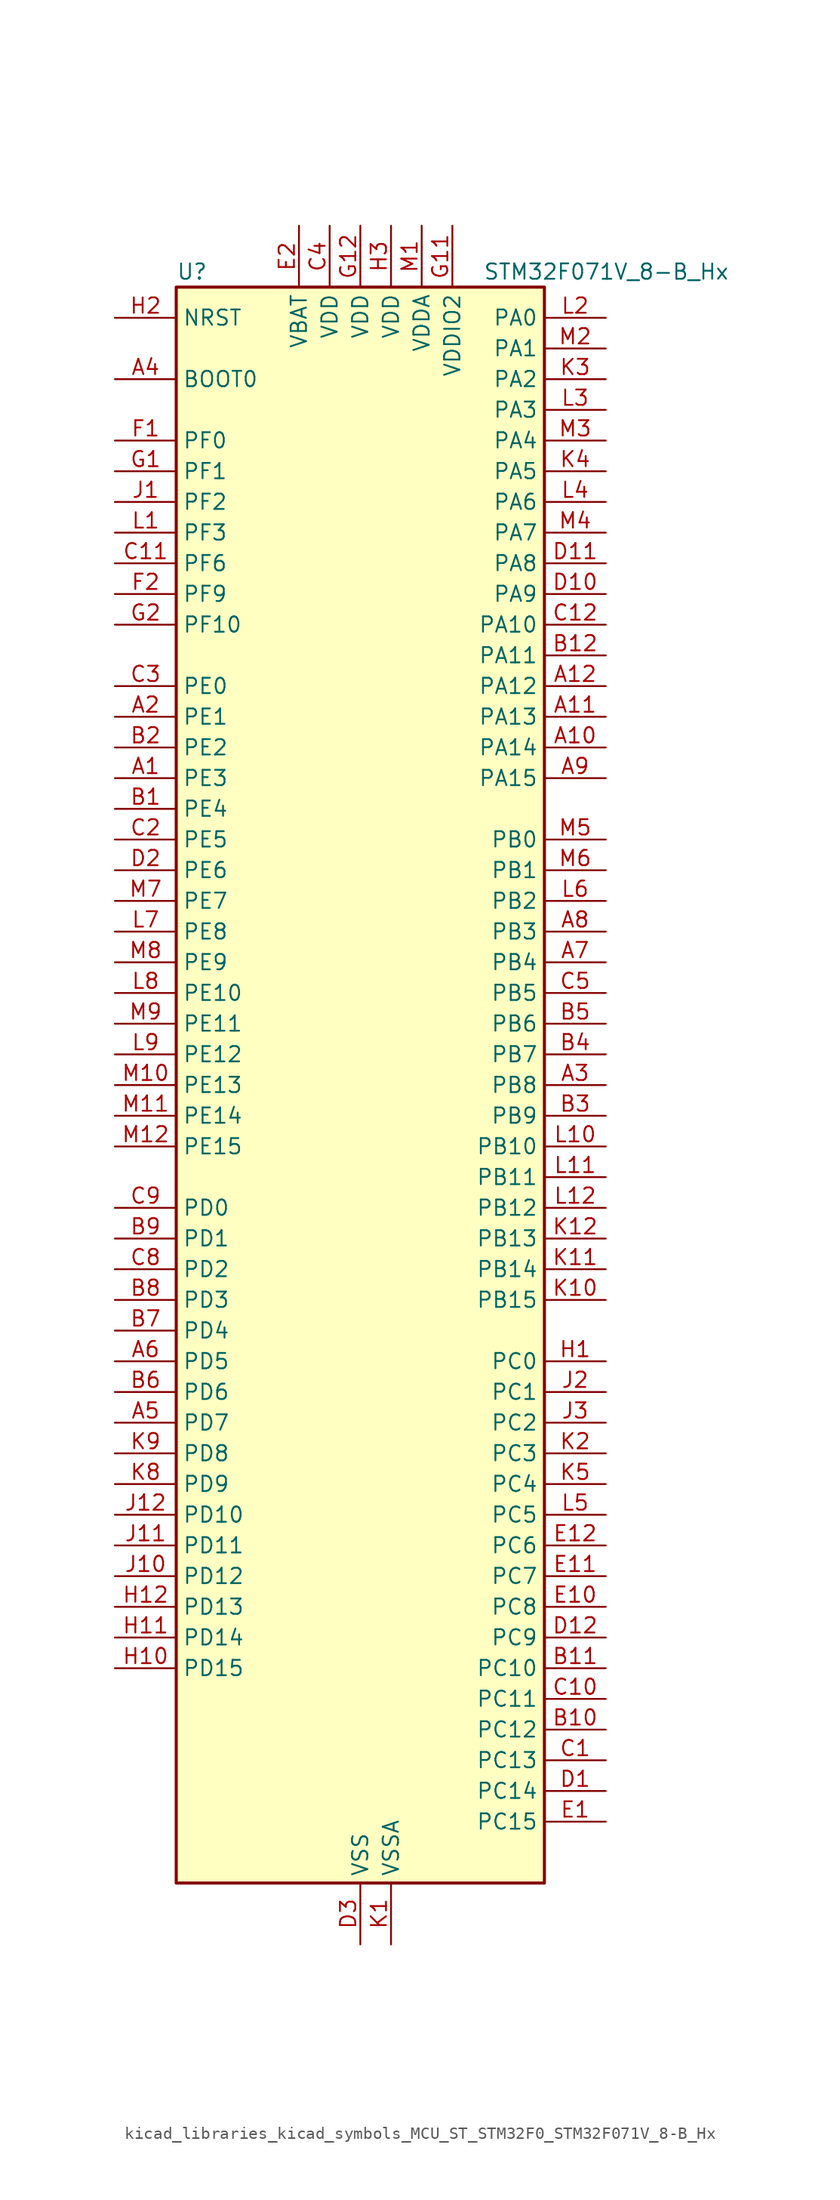
<source format=kicad_sym>
(kicad_symbol_lib
  (version 20220914)
  (generator kicad_symbol_editor)
  (symbol "kicad_libraries_kicad_symbols_MCU_ST_STM32F0_STM32F071V_8-B_Hx"
    (property "Reference" "U"
      (at -15.24 67.31 0)
      (effects (font (size 1.27 1.27)) (justify left)))
    (property "Value" "STM32F071V_8-B_Hx"
      (at 10.16 67.31 0)
      (effects (font (size 1.27 1.27)) (justify left)))
    (property "ki_locked" ""
      (at 0 0 0)
      (effects (font (size 1.27 1.27))))
    (symbol "kicad_libraries_kicad_symbols_MCU_ST_STM32F0_STM32F071V_8-B_Hx_0_1"
      (rectangle (start -15.24 -66.04) (end 15.24 66.04) (stroke (width 0.254) (type default)) (fill (type background))))
    (symbol "kicad_libraries_kicad_symbols_MCU_ST_STM32F0_STM32F071V_8-B_Hx_1_1"
      (pin bidirectional line (at -20.32 25.4 0) (length 5.08) (name "PE3" (effects (font (size 1.27 1.27)))) (number "A1" (effects (font (size 1.27 1.27)))) (alternate "TIM3_CH1" bidirectional line) (alternate "TSC_G7_IO2" bidirectional line))
      (pin bidirectional line (at 20.32 27.94 180) (length 5.08) (name "PA14" (effects (font (size 1.27 1.27)))) (number "A10" (effects (font (size 1.27 1.27)))) (alternate "SYS_SWCLK" bidirectional line) (alternate "USART2_TX" bidirectional line))
      (pin bidirectional line (at 20.32 30.48 180) (length 5.08) (name "PA13" (effects (font (size 1.27 1.27)))) (number "A11" (effects (font (size 1.27 1.27)))) (alternate "IR_OUT" bidirectional line) (alternate "SYS_SWDIO" bidirectional line))
      (pin bidirectional line (at 20.32 33.02 180) (length 5.08) (name "PA12" (effects (font (size 1.27 1.27)))) (number "A12" (effects (font (size 1.27 1.27)))) (alternate "COMP2_OUT" bidirectional line) (alternate "TIM1_ETR" bidirectional line) (alternate "TSC_G4_IO4" bidirectional line) (alternate "USART1_DE" bidirectional line) (alternate "USART1_RTS" bidirectional line))
      (pin bidirectional line (at -20.32 30.48 0) (length 5.08) (name "PE1" (effects (font (size 1.27 1.27)))) (number "A2" (effects (font (size 1.27 1.27)))) (alternate "TIM17_CH1" bidirectional line))
      (pin bidirectional line (at 20.32 0 180) (length 5.08) (name "PB8" (effects (font (size 1.27 1.27)))) (number "A3" (effects (font (size 1.27 1.27)))) (alternate "CEC" bidirectional line) (alternate "I2C1_SCL" bidirectional line) (alternate "TIM16_CH1" bidirectional line) (alternate "TSC_SYNC" bidirectional line))
      (pin input line (at -20.32 58.42 0) (length 5.08) (name "BOOT0" (effects (font (size 1.27 1.27)))) (number "A4" (effects (font (size 1.27 1.27)))))
      (pin bidirectional line (at -20.32 -27.94 0) (length 5.08) (name "PD7" (effects (font (size 1.27 1.27)))) (number "A5" (effects (font (size 1.27 1.27)))) (alternate "USART2_CK" bidirectional line))
      (pin bidirectional line (at -20.32 -22.86 0) (length 5.08) (name "PD5" (effects (font (size 1.27 1.27)))) (number "A6" (effects (font (size 1.27 1.27)))) (alternate "USART2_TX" bidirectional line))
      (pin bidirectional line (at 20.32 10.16 180) (length 5.08) (name "PB4" (effects (font (size 1.27 1.27)))) (number "A7" (effects (font (size 1.27 1.27)))) (alternate "I2S1_MCK" bidirectional line) (alternate "SPI1_MISO" bidirectional line) (alternate "TIM17_BKIN" bidirectional line) (alternate "TIM3_CH1" bidirectional line) (alternate "TSC_G5_IO2" bidirectional line))
      (pin bidirectional line (at 20.32 12.7 180) (length 5.08) (name "PB3" (effects (font (size 1.27 1.27)))) (number "A8" (effects (font (size 1.27 1.27)))) (alternate "I2S1_CK" bidirectional line) (alternate "SPI1_SCK" bidirectional line) (alternate "TIM2_CH2" bidirectional line) (alternate "TSC_G5_IO1" bidirectional line))
      (pin bidirectional line (at 20.32 25.4 180) (length 5.08) (name "PA15" (effects (font (size 1.27 1.27)))) (number "A9" (effects (font (size 1.27 1.27)))) (alternate "I2S1_WS" bidirectional line) (alternate "SPI1_NSS" bidirectional line) (alternate "TIM2_CH1" bidirectional line) (alternate "TIM2_ETR" bidirectional line) (alternate "USART2_RX" bidirectional line) (alternate "USART4_DE" bidirectional line) (alternate "USART4_RTS" bidirectional line))
      (pin bidirectional line (at -20.32 22.86 0) (length 5.08) (name "PE4" (effects (font (size 1.27 1.27)))) (number "B1" (effects (font (size 1.27 1.27)))) (alternate "TIM3_CH2" bidirectional line) (alternate "TSC_G7_IO3" bidirectional line))
      (pin bidirectional line (at 20.32 -53.34 180) (length 5.08) (name "PC12" (effects (font (size 1.27 1.27)))) (number "B10" (effects (font (size 1.27 1.27)))) (alternate "USART3_CK" bidirectional line) (alternate "USART4_CK" bidirectional line))
      (pin bidirectional line (at 20.32 -48.26 180) (length 5.08) (name "PC10" (effects (font (size 1.27 1.27)))) (number "B11" (effects (font (size 1.27 1.27)))) (alternate "USART3_TX" bidirectional line) (alternate "USART4_TX" bidirectional line))
      (pin bidirectional line (at 20.32 35.56 180) (length 5.08) (name "PA11" (effects (font (size 1.27 1.27)))) (number "B12" (effects (font (size 1.27 1.27)))) (alternate "COMP1_OUT" bidirectional line) (alternate "TIM1_CH4" bidirectional line) (alternate "TSC_G4_IO3" bidirectional line) (alternate "USART1_CTS" bidirectional line))
      (pin bidirectional line (at -20.32 27.94 0) (length 5.08) (name "PE2" (effects (font (size 1.27 1.27)))) (number "B2" (effects (font (size 1.27 1.27)))) (alternate "TIM3_ETR" bidirectional line) (alternate "TSC_G7_IO1" bidirectional line))
      (pin bidirectional line (at 20.32 -2.54 180) (length 5.08) (name "PB9" (effects (font (size 1.27 1.27)))) (number "B3" (effects (font (size 1.27 1.27)))) (alternate "DAC_EXTI9" bidirectional line) (alternate "I2C1_SDA" bidirectional line) (alternate "I2S2_WS" bidirectional line) (alternate "IR_OUT" bidirectional line) (alternate "SPI2_NSS" bidirectional line) (alternate "TIM17_CH1" bidirectional line))
      (pin bidirectional line (at 20.32 2.54 180) (length 5.08) (name "PB7" (effects (font (size 1.27 1.27)))) (number "B4" (effects (font (size 1.27 1.27)))) (alternate "I2C1_SDA" bidirectional line) (alternate "TIM17_CH1N" bidirectional line) (alternate "TSC_G5_IO4" bidirectional line) (alternate "USART1_RX" bidirectional line) (alternate "USART4_CTS" bidirectional line))
      (pin bidirectional line (at 20.32 5.08 180) (length 5.08) (name "PB6" (effects (font (size 1.27 1.27)))) (number "B5" (effects (font (size 1.27 1.27)))) (alternate "I2C1_SCL" bidirectional line) (alternate "TIM16_CH1N" bidirectional line) (alternate "TSC_G5_IO3" bidirectional line) (alternate "USART1_TX" bidirectional line))
      (pin bidirectional line (at -20.32 -25.4 0) (length 5.08) (name "PD6" (effects (font (size 1.27 1.27)))) (number "B6" (effects (font (size 1.27 1.27)))) (alternate "USART2_RX" bidirectional line))
      (pin bidirectional line (at -20.32 -20.32 0) (length 5.08) (name "PD4" (effects (font (size 1.27 1.27)))) (number "B7" (effects (font (size 1.27 1.27)))) (alternate "I2S2_SD" bidirectional line) (alternate "SPI2_MOSI" bidirectional line) (alternate "USART2_DE" bidirectional line) (alternate "USART2_RTS" bidirectional line))
      (pin bidirectional line (at -20.32 -17.78 0) (length 5.08) (name "PD3" (effects (font (size 1.27 1.27)))) (number "B8" (effects (font (size 1.27 1.27)))) (alternate "I2S2_MCK" bidirectional line) (alternate "SPI2_MISO" bidirectional line) (alternate "USART2_CTS" bidirectional line))
      (pin bidirectional line (at -20.32 -12.7 0) (length 5.08) (name "PD1" (effects (font (size 1.27 1.27)))) (number "B9" (effects (font (size 1.27 1.27)))) (alternate "I2S2_CK" bidirectional line) (alternate "SPI2_SCK" bidirectional line))
      (pin bidirectional line (at 20.32 -55.88 180) (length 5.08) (name "PC13" (effects (font (size 1.27 1.27)))) (number "C1" (effects (font (size 1.27 1.27)))) (alternate "RTC_OUT_ALARM" bidirectional line) (alternate "RTC_OUT_CALIB" bidirectional line) (alternate "RTC_TAMP1" bidirectional line) (alternate "RTC_TS" bidirectional line) (alternate "SYS_WKUP2" bidirectional line))
      (pin bidirectional line (at 20.32 -50.8 180) (length 5.08) (name "PC11" (effects (font (size 1.27 1.27)))) (number "C10" (effects (font (size 1.27 1.27)))) (alternate "USART3_RX" bidirectional line) (alternate "USART4_RX" bidirectional line))
      (pin bidirectional line (at -20.32 43.18 0) (length 5.08) (name "PF6" (effects (font (size 1.27 1.27)))) (number "C11" (effects (font (size 1.27 1.27)))))
      (pin bidirectional line (at 20.32 38.1 180) (length 5.08) (name "PA10" (effects (font (size 1.27 1.27)))) (number "C12" (effects (font (size 1.27 1.27)))) (alternate "TIM17_BKIN" bidirectional line) (alternate "TIM1_CH3" bidirectional line) (alternate "TSC_G4_IO2" bidirectional line) (alternate "USART1_RX" bidirectional line))
      (pin bidirectional line (at -20.32 20.32 0) (length 5.08) (name "PE5" (effects (font (size 1.27 1.27)))) (number "C2" (effects (font (size 1.27 1.27)))) (alternate "TIM3_CH3" bidirectional line) (alternate "TSC_G7_IO4" bidirectional line))
      (pin bidirectional line (at -20.32 33.02 0) (length 5.08) (name "PE0" (effects (font (size 1.27 1.27)))) (number "C3" (effects (font (size 1.27 1.27)))) (alternate "TIM16_CH1" bidirectional line))
      (pin power_in line (at -2.54 71.12 270) (length 5.08) (name "VDD" (effects (font (size 1.27 1.27)))) (number "C4" (effects (font (size 1.27 1.27)))))
      (pin bidirectional line (at 20.32 7.62 180) (length 5.08) (name "PB5" (effects (font (size 1.27 1.27)))) (number "C5" (effects (font (size 1.27 1.27)))) (alternate "I2C1_SMBA" bidirectional line) (alternate "I2S1_SD" bidirectional line) (alternate "SPI1_MOSI" bidirectional line) (alternate "SYS_WKUP6" bidirectional line) (alternate "TIM16_BKIN" bidirectional line) (alternate "TIM3_CH2" bidirectional line))
      (pin bidirectional line (at -20.32 -15.24 0) (length 5.08) (name "PD2" (effects (font (size 1.27 1.27)))) (number "C8" (effects (font (size 1.27 1.27)))) (alternate "TIM3_ETR" bidirectional line) (alternate "USART3_DE" bidirectional line) (alternate "USART3_RTS" bidirectional line))
      (pin bidirectional line (at -20.32 -10.16 0) (length 5.08) (name "PD0" (effects (font (size 1.27 1.27)))) (number "C9" (effects (font (size 1.27 1.27)))) (alternate "I2S2_WS" bidirectional line) (alternate "SPI2_NSS" bidirectional line))
      (pin bidirectional line (at 20.32 -58.42 180) (length 5.08) (name "PC14" (effects (font (size 1.27 1.27)))) (number "D1" (effects (font (size 1.27 1.27)))) (alternate "RCC_OSC32_IN" bidirectional line))
      (pin bidirectional line (at 20.32 40.64 180) (length 5.08) (name "PA9" (effects (font (size 1.27 1.27)))) (number "D10" (effects (font (size 1.27 1.27)))) (alternate "DAC_EXTI9" bidirectional line) (alternate "TIM15_BKIN" bidirectional line) (alternate "TIM1_CH2" bidirectional line) (alternate "TSC_G4_IO1" bidirectional line) (alternate "USART1_TX" bidirectional line))
      (pin bidirectional line (at 20.32 43.18 180) (length 5.08) (name "PA8" (effects (font (size 1.27 1.27)))) (number "D11" (effects (font (size 1.27 1.27)))) (alternate "CRS_SYNC" bidirectional line) (alternate "RCC_MCO" bidirectional line) (alternate "TIM1_CH1" bidirectional line) (alternate "USART1_CK" bidirectional line))
      (pin bidirectional line (at 20.32 -45.72 180) (length 5.08) (name "PC9" (effects (font (size 1.27 1.27)))) (number "D12" (effects (font (size 1.27 1.27)))) (alternate "DAC_EXTI9" bidirectional line) (alternate "TIM3_CH4" bidirectional line))
      (pin bidirectional line (at -20.32 17.78 0) (length 5.08) (name "PE6" (effects (font (size 1.27 1.27)))) (number "D2" (effects (font (size 1.27 1.27)))) (alternate "RTC_TAMP3" bidirectional line) (alternate "SYS_WKUP3" bidirectional line) (alternate "TIM3_CH4" bidirectional line))
      (pin power_in line (at 0 -71.12 90) (length 5.08) (name "VSS" (effects (font (size 1.27 1.27)))) (number "D3" (effects (font (size 1.27 1.27)))))
      (pin bidirectional line (at 20.32 -60.96 180) (length 5.08) (name "PC15" (effects (font (size 1.27 1.27)))) (number "E1" (effects (font (size 1.27 1.27)))) (alternate "RCC_OSC32_OUT" bidirectional line))
      (pin bidirectional line (at 20.32 -43.18 180) (length 5.08) (name "PC8" (effects (font (size 1.27 1.27)))) (number "E10" (effects (font (size 1.27 1.27)))) (alternate "TIM3_CH3" bidirectional line))
      (pin bidirectional line (at 20.32 -40.64 180) (length 5.08) (name "PC7" (effects (font (size 1.27 1.27)))) (number "E11" (effects (font (size 1.27 1.27)))) (alternate "TIM3_CH2" bidirectional line))
      (pin bidirectional line (at 20.32 -38.1 180) (length 5.08) (name "PC6" (effects (font (size 1.27 1.27)))) (number "E12" (effects (font (size 1.27 1.27)))) (alternate "TIM3_CH1" bidirectional line))
      (pin power_in line (at -5.08 71.12 270) (length 5.08) (name "VBAT" (effects (font (size 1.27 1.27)))) (number "E2" (effects (font (size 1.27 1.27)))))
      (pin no_connect line (at -15.24 -66.04 0) (length 5.08) hide (name "NC" (effects (font (size 1.27 1.27)))) (number "E3" (effects (font (size 1.27 1.27)))))
      (pin bidirectional line (at -20.32 53.34 0) (length 5.08) (name "PF0" (effects (font (size 1.27 1.27)))) (number "F1" (effects (font (size 1.27 1.27)))) (alternate "CRS_SYNC" bidirectional line) (alternate "RCC_OSC_IN" bidirectional line))
      (pin passive line (at 0 -71.12 90) (length 5.08) hide (name "VSS" (effects (font (size 1.27 1.27)))) (number "F11" (effects (font (size 1.27 1.27)))))
      (pin passive line (at 0 -71.12 90) (length 5.08) hide (name "VSS" (effects (font (size 1.27 1.27)))) (number "F12" (effects (font (size 1.27 1.27)))))
      (pin bidirectional line (at -20.32 40.64 0) (length 5.08) (name "PF9" (effects (font (size 1.27 1.27)))) (number "F2" (effects (font (size 1.27 1.27)))) (alternate "DAC_EXTI9" bidirectional line) (alternate "TIM15_CH1" bidirectional line))
      (pin bidirectional line (at -20.32 50.8 0) (length 5.08) (name "PF1" (effects (font (size 1.27 1.27)))) (number "G1" (effects (font (size 1.27 1.27)))) (alternate "RCC_OSC_OUT" bidirectional line))
      (pin power_in line (at 7.62 71.12 270) (length 5.08) (name "VDDIO2" (effects (font (size 1.27 1.27)))) (number "G11" (effects (font (size 1.27 1.27)))))
      (pin power_in line (at 0 71.12 270) (length 5.08) (name "VDD" (effects (font (size 1.27 1.27)))) (number "G12" (effects (font (size 1.27 1.27)))))
      (pin bidirectional line (at -20.32 38.1 0) (length 5.08) (name "PF10" (effects (font (size 1.27 1.27)))) (number "G2" (effects (font (size 1.27 1.27)))) (alternate "TIM15_CH2" bidirectional line))
      (pin bidirectional line (at 20.32 -22.86 180) (length 5.08) (name "PC0" (effects (font (size 1.27 1.27)))) (number "H1" (effects (font (size 1.27 1.27)))) (alternate "ADC_IN10" bidirectional line))
      (pin bidirectional line (at -20.32 -48.26 0) (length 5.08) (name "PD15" (effects (font (size 1.27 1.27)))) (number "H10" (effects (font (size 1.27 1.27)))) (alternate "CRS_SYNC" bidirectional line) (alternate "TSC_G8_IO4" bidirectional line))
      (pin bidirectional line (at -20.32 -45.72 0) (length 5.08) (name "PD14" (effects (font (size 1.27 1.27)))) (number "H11" (effects (font (size 1.27 1.27)))) (alternate "TSC_G8_IO3" bidirectional line))
      (pin bidirectional line (at -20.32 -43.18 0) (length 5.08) (name "PD13" (effects (font (size 1.27 1.27)))) (number "H12" (effects (font (size 1.27 1.27)))) (alternate "TSC_G8_IO2" bidirectional line))
      (pin input line (at -20.32 63.5 0) (length 5.08) (name "NRST" (effects (font (size 1.27 1.27)))) (number "H2" (effects (font (size 1.27 1.27)))))
      (pin power_in line (at 2.54 71.12 270) (length 5.08) (name "VDD" (effects (font (size 1.27 1.27)))) (number "H3" (effects (font (size 1.27 1.27)))))
      (pin bidirectional line (at -20.32 48.26 0) (length 5.08) (name "PF2" (effects (font (size 1.27 1.27)))) (number "J1" (effects (font (size 1.27 1.27)))) (alternate "SYS_WKUP8" bidirectional line))
      (pin bidirectional line (at -20.32 -40.64 0) (length 5.08) (name "PD12" (effects (font (size 1.27 1.27)))) (number "J10" (effects (font (size 1.27 1.27)))) (alternate "TSC_G8_IO1" bidirectional line) (alternate "USART3_DE" bidirectional line) (alternate "USART3_RTS" bidirectional line))
      (pin bidirectional line (at -20.32 -38.1 0) (length 5.08) (name "PD11" (effects (font (size 1.27 1.27)))) (number "J11" (effects (font (size 1.27 1.27)))) (alternate "USART3_CTS" bidirectional line))
      (pin bidirectional line (at -20.32 -35.56 0) (length 5.08) (name "PD10" (effects (font (size 1.27 1.27)))) (number "J12" (effects (font (size 1.27 1.27)))) (alternate "USART3_CK" bidirectional line))
      (pin bidirectional line (at 20.32 -25.4 180) (length 5.08) (name "PC1" (effects (font (size 1.27 1.27)))) (number "J2" (effects (font (size 1.27 1.27)))) (alternate "ADC_IN11" bidirectional line))
      (pin bidirectional line (at 20.32 -27.94 180) (length 5.08) (name "PC2" (effects (font (size 1.27 1.27)))) (number "J3" (effects (font (size 1.27 1.27)))) (alternate "ADC_IN12" bidirectional line) (alternate "I2S2_MCK" bidirectional line) (alternate "SPI2_MISO" bidirectional line))
      (pin power_in line (at 2.54 -71.12 90) (length 5.08) (name "VSSA" (effects (font (size 1.27 1.27)))) (number "K1" (effects (font (size 1.27 1.27)))))
      (pin bidirectional line (at 20.32 -17.78 180) (length 5.08) (name "PB15" (effects (font (size 1.27 1.27)))) (number "K10" (effects (font (size 1.27 1.27)))) (alternate "I2S2_SD" bidirectional line) (alternate "RTC_REFIN" bidirectional line) (alternate "SPI2_MOSI" bidirectional line) (alternate "SYS_WKUP7" bidirectional line) (alternate "TIM15_CH1N" bidirectional line) (alternate "TIM15_CH2" bidirectional line) (alternate "TIM1_CH3N" bidirectional line))
      (pin bidirectional line (at 20.32 -15.24 180) (length 5.08) (name "PB14" (effects (font (size 1.27 1.27)))) (number "K11" (effects (font (size 1.27 1.27)))) (alternate "I2C2_SDA" bidirectional line) (alternate "I2S2_MCK" bidirectional line) (alternate "SPI2_MISO" bidirectional line) (alternate "TIM15_CH1" bidirectional line) (alternate "TIM1_CH2N" bidirectional line) (alternate "TSC_G6_IO4" bidirectional line) (alternate "USART3_DE" bidirectional line) (alternate "USART3_RTS" bidirectional line))
      (pin bidirectional line (at 20.32 -12.7 180) (length 5.08) (name "PB13" (effects (font (size 1.27 1.27)))) (number "K12" (effects (font (size 1.27 1.27)))) (alternate "I2C2_SCL" bidirectional line) (alternate "I2S2_CK" bidirectional line) (alternate "SPI2_SCK" bidirectional line) (alternate "TIM1_CH1N" bidirectional line) (alternate "TSC_G6_IO3" bidirectional line) (alternate "USART3_CTS" bidirectional line))
      (pin bidirectional line (at 20.32 -30.48 180) (length 5.08) (name "PC3" (effects (font (size 1.27 1.27)))) (number "K2" (effects (font (size 1.27 1.27)))) (alternate "ADC_IN13" bidirectional line) (alternate "I2S2_SD" bidirectional line) (alternate "SPI2_MOSI" bidirectional line))
      (pin bidirectional line (at 20.32 58.42 180) (length 5.08) (name "PA2" (effects (font (size 1.27 1.27)))) (number "K3" (effects (font (size 1.27 1.27)))) (alternate "ADC_IN2" bidirectional line) (alternate "COMP2_INM" bidirectional line) (alternate "COMP2_OUT" bidirectional line) (alternate "SYS_WKUP4" bidirectional line) (alternate "TIM15_CH1" bidirectional line) (alternate "TIM2_CH3" bidirectional line) (alternate "TSC_G1_IO3" bidirectional line) (alternate "USART2_TX" bidirectional line))
      (pin bidirectional line (at 20.32 50.8 180) (length 5.08) (name "PA5" (effects (font (size 1.27 1.27)))) (number "K4" (effects (font (size 1.27 1.27)))) (alternate "ADC_IN5" bidirectional line) (alternate "CEC" bidirectional line) (alternate "COMP1_INM" bidirectional line) (alternate "COMP2_INM" bidirectional line) (alternate "DAC_OUT2" bidirectional line) (alternate "I2S1_CK" bidirectional line) (alternate "SPI1_SCK" bidirectional line) (alternate "TIM2_CH1" bidirectional line) (alternate "TIM2_ETR" bidirectional line) (alternate "TSC_G2_IO2" bidirectional line))
      (pin bidirectional line (at 20.32 -33.02 180) (length 5.08) (name "PC4" (effects (font (size 1.27 1.27)))) (number "K5" (effects (font (size 1.27 1.27)))) (alternate "ADC_IN14" bidirectional line) (alternate "USART3_TX" bidirectional line))
      (pin bidirectional line (at -20.32 -33.02 0) (length 5.08) (name "PD9" (effects (font (size 1.27 1.27)))) (number "K8" (effects (font (size 1.27 1.27)))) (alternate "DAC_EXTI9" bidirectional line) (alternate "USART3_RX" bidirectional line))
      (pin bidirectional line (at -20.32 -30.48 0) (length 5.08) (name "PD8" (effects (font (size 1.27 1.27)))) (number "K9" (effects (font (size 1.27 1.27)))) (alternate "USART3_TX" bidirectional line))
      (pin bidirectional line (at -20.32 45.72 0) (length 5.08) (name "PF3" (effects (font (size 1.27 1.27)))) (number "L1" (effects (font (size 1.27 1.27)))))
      (pin bidirectional line (at 20.32 -5.08 180) (length 5.08) (name "PB10" (effects (font (size 1.27 1.27)))) (number "L10" (effects (font (size 1.27 1.27)))) (alternate "CEC" bidirectional line) (alternate "I2C2_SCL" bidirectional line) (alternate "I2S2_CK" bidirectional line) (alternate "SPI2_SCK" bidirectional line) (alternate "TIM2_CH3" bidirectional line) (alternate "TSC_SYNC" bidirectional line) (alternate "USART3_TX" bidirectional line))
      (pin bidirectional line (at 20.32 -7.62 180) (length 5.08) (name "PB11" (effects (font (size 1.27 1.27)))) (number "L11" (effects (font (size 1.27 1.27)))) (alternate "I2C2_SDA" bidirectional line) (alternate "TIM2_CH4" bidirectional line) (alternate "TSC_G6_IO1" bidirectional line) (alternate "USART3_RX" bidirectional line))
      (pin bidirectional line (at 20.32 -10.16 180) (length 5.08) (name "PB12" (effects (font (size 1.27 1.27)))) (number "L12" (effects (font (size 1.27 1.27)))) (alternate "I2S2_WS" bidirectional line) (alternate "SPI2_NSS" bidirectional line) (alternate "TIM15_BKIN" bidirectional line) (alternate "TIM1_BKIN" bidirectional line) (alternate "TSC_G6_IO2" bidirectional line) (alternate "USART3_CK" bidirectional line))
      (pin bidirectional line (at 20.32 63.5 180) (length 5.08) (name "PA0" (effects (font (size 1.27 1.27)))) (number "L2" (effects (font (size 1.27 1.27)))) (alternate "ADC_IN0" bidirectional line) (alternate "COMP1_INM" bidirectional line) (alternate "COMP1_OUT" bidirectional line) (alternate "RTC_TAMP2" bidirectional line) (alternate "SYS_WKUP1" bidirectional line) (alternate "TIM2_CH1" bidirectional line) (alternate "TIM2_ETR" bidirectional line) (alternate "TSC_G1_IO1" bidirectional line) (alternate "USART2_CTS" bidirectional line) (alternate "USART4_TX" bidirectional line))
      (pin bidirectional line (at 20.32 55.88 180) (length 5.08) (name "PA3" (effects (font (size 1.27 1.27)))) (number "L3" (effects (font (size 1.27 1.27)))) (alternate "ADC_IN3" bidirectional line) (alternate "COMP2_INP" bidirectional line) (alternate "TIM15_CH2" bidirectional line) (alternate "TIM2_CH4" bidirectional line) (alternate "TSC_G1_IO4" bidirectional line) (alternate "USART2_RX" bidirectional line))
      (pin bidirectional line (at 20.32 48.26 180) (length 5.08) (name "PA6" (effects (font (size 1.27 1.27)))) (number "L4" (effects (font (size 1.27 1.27)))) (alternate "ADC_IN6" bidirectional line) (alternate "COMP1_OUT" bidirectional line) (alternate "I2S1_MCK" bidirectional line) (alternate "SPI1_MISO" bidirectional line) (alternate "TIM16_CH1" bidirectional line) (alternate "TIM1_BKIN" bidirectional line) (alternate "TIM3_CH1" bidirectional line) (alternate "TSC_G2_IO3" bidirectional line) (alternate "USART3_CTS" bidirectional line))
      (pin bidirectional line (at 20.32 -35.56 180) (length 5.08) (name "PC5" (effects (font (size 1.27 1.27)))) (number "L5" (effects (font (size 1.27 1.27)))) (alternate "ADC_IN15" bidirectional line) (alternate "SYS_WKUP5" bidirectional line) (alternate "TSC_G3_IO1" bidirectional line) (alternate "USART3_RX" bidirectional line))
      (pin bidirectional line (at 20.32 15.24 180) (length 5.08) (name "PB2" (effects (font (size 1.27 1.27)))) (number "L6" (effects (font (size 1.27 1.27)))) (alternate "TSC_G3_IO4" bidirectional line))
      (pin bidirectional line (at -20.32 12.7 0) (length 5.08) (name "PE8" (effects (font (size 1.27 1.27)))) (number "L7" (effects (font (size 1.27 1.27)))) (alternate "TIM1_CH1N" bidirectional line))
      (pin bidirectional line (at -20.32 7.62 0) (length 5.08) (name "PE10" (effects (font (size 1.27 1.27)))) (number "L8" (effects (font (size 1.27 1.27)))) (alternate "TIM1_CH2N" bidirectional line))
      (pin bidirectional line (at -20.32 2.54 0) (length 5.08) (name "PE12" (effects (font (size 1.27 1.27)))) (number "L9" (effects (font (size 1.27 1.27)))) (alternate "I2S1_WS" bidirectional line) (alternate "SPI1_NSS" bidirectional line) (alternate "TIM1_CH3N" bidirectional line))
      (pin power_in line (at 5.08 71.12 270) (length 5.08) (name "VDDA" (effects (font (size 1.27 1.27)))) (number "M1" (effects (font (size 1.27 1.27)))))
      (pin bidirectional line (at -20.32 0 0) (length 5.08) (name "PE13" (effects (font (size 1.27 1.27)))) (number "M10" (effects (font (size 1.27 1.27)))) (alternate "I2S1_CK" bidirectional line) (alternate "SPI1_SCK" bidirectional line) (alternate "TIM1_CH3" bidirectional line))
      (pin bidirectional line (at -20.32 -2.54 0) (length 5.08) (name "PE14" (effects (font (size 1.27 1.27)))) (number "M11" (effects (font (size 1.27 1.27)))) (alternate "I2S1_MCK" bidirectional line) (alternate "SPI1_MISO" bidirectional line) (alternate "TIM1_CH4" bidirectional line))
      (pin bidirectional line (at -20.32 -5.08 0) (length 5.08) (name "PE15" (effects (font (size 1.27 1.27)))) (number "M12" (effects (font (size 1.27 1.27)))) (alternate "I2S1_SD" bidirectional line) (alternate "SPI1_MOSI" bidirectional line) (alternate "TIM1_BKIN" bidirectional line))
      (pin bidirectional line (at 20.32 60.96 180) (length 5.08) (name "PA1" (effects (font (size 1.27 1.27)))) (number "M2" (effects (font (size 1.27 1.27)))) (alternate "ADC_IN1" bidirectional line) (alternate "COMP1_INP" bidirectional line) (alternate "TIM15_CH1N" bidirectional line) (alternate "TIM2_CH2" bidirectional line) (alternate "TSC_G1_IO2" bidirectional line) (alternate "USART2_DE" bidirectional line) (alternate "USART2_RTS" bidirectional line) (alternate "USART4_RX" bidirectional line))
      (pin bidirectional line (at 20.32 53.34 180) (length 5.08) (name "PA4" (effects (font (size 1.27 1.27)))) (number "M3" (effects (font (size 1.27 1.27)))) (alternate "ADC_IN4" bidirectional line) (alternate "COMP1_INM" bidirectional line) (alternate "COMP2_INM" bidirectional line) (alternate "DAC_OUT1" bidirectional line) (alternate "I2S1_WS" bidirectional line) (alternate "SPI1_NSS" bidirectional line) (alternate "TIM14_CH1" bidirectional line) (alternate "TSC_G2_IO1" bidirectional line) (alternate "USART2_CK" bidirectional line))
      (pin bidirectional line (at 20.32 45.72 180) (length 5.08) (name "PA7" (effects (font (size 1.27 1.27)))) (number "M4" (effects (font (size 1.27 1.27)))) (alternate "ADC_IN7" bidirectional line) (alternate "COMP2_OUT" bidirectional line) (alternate "I2S1_SD" bidirectional line) (alternate "SPI1_MOSI" bidirectional line) (alternate "TIM14_CH1" bidirectional line) (alternate "TIM17_CH1" bidirectional line) (alternate "TIM1_CH1N" bidirectional line) (alternate "TIM3_CH2" bidirectional line) (alternate "TSC_G2_IO4" bidirectional line))
      (pin bidirectional line (at 20.32 20.32 180) (length 5.08) (name "PB0" (effects (font (size 1.27 1.27)))) (number "M5" (effects (font (size 1.27 1.27)))) (alternate "ADC_IN8" bidirectional line) (alternate "TIM1_CH2N" bidirectional line) (alternate "TIM3_CH3" bidirectional line) (alternate "TSC_G3_IO2" bidirectional line) (alternate "USART3_CK" bidirectional line))
      (pin bidirectional line (at 20.32 17.78 180) (length 5.08) (name "PB1" (effects (font (size 1.27 1.27)))) (number "M6" (effects (font (size 1.27 1.27)))) (alternate "ADC_IN9" bidirectional line) (alternate "TIM14_CH1" bidirectional line) (alternate "TIM1_CH3N" bidirectional line) (alternate "TIM3_CH4" bidirectional line) (alternate "TSC_G3_IO3" bidirectional line) (alternate "USART3_DE" bidirectional line) (alternate "USART3_RTS" bidirectional line))
      (pin bidirectional line (at -20.32 15.24 0) (length 5.08) (name "PE7" (effects (font (size 1.27 1.27)))) (number "M7" (effects (font (size 1.27 1.27)))) (alternate "TIM1_ETR" bidirectional line))
      (pin bidirectional line (at -20.32 10.16 0) (length 5.08) (name "PE9" (effects (font (size 1.27 1.27)))) (number "M8" (effects (font (size 1.27 1.27)))) (alternate "DAC_EXTI9" bidirectional line) (alternate "TIM1_CH1" bidirectional line))
      (pin bidirectional line (at -20.32 5.08 0) (length 5.08) (name "PE11" (effects (font (size 1.27 1.27)))) (number "M9" (effects (font (size 1.27 1.27)))) (alternate "TIM1_CH2" bidirectional line)))))
</source>
